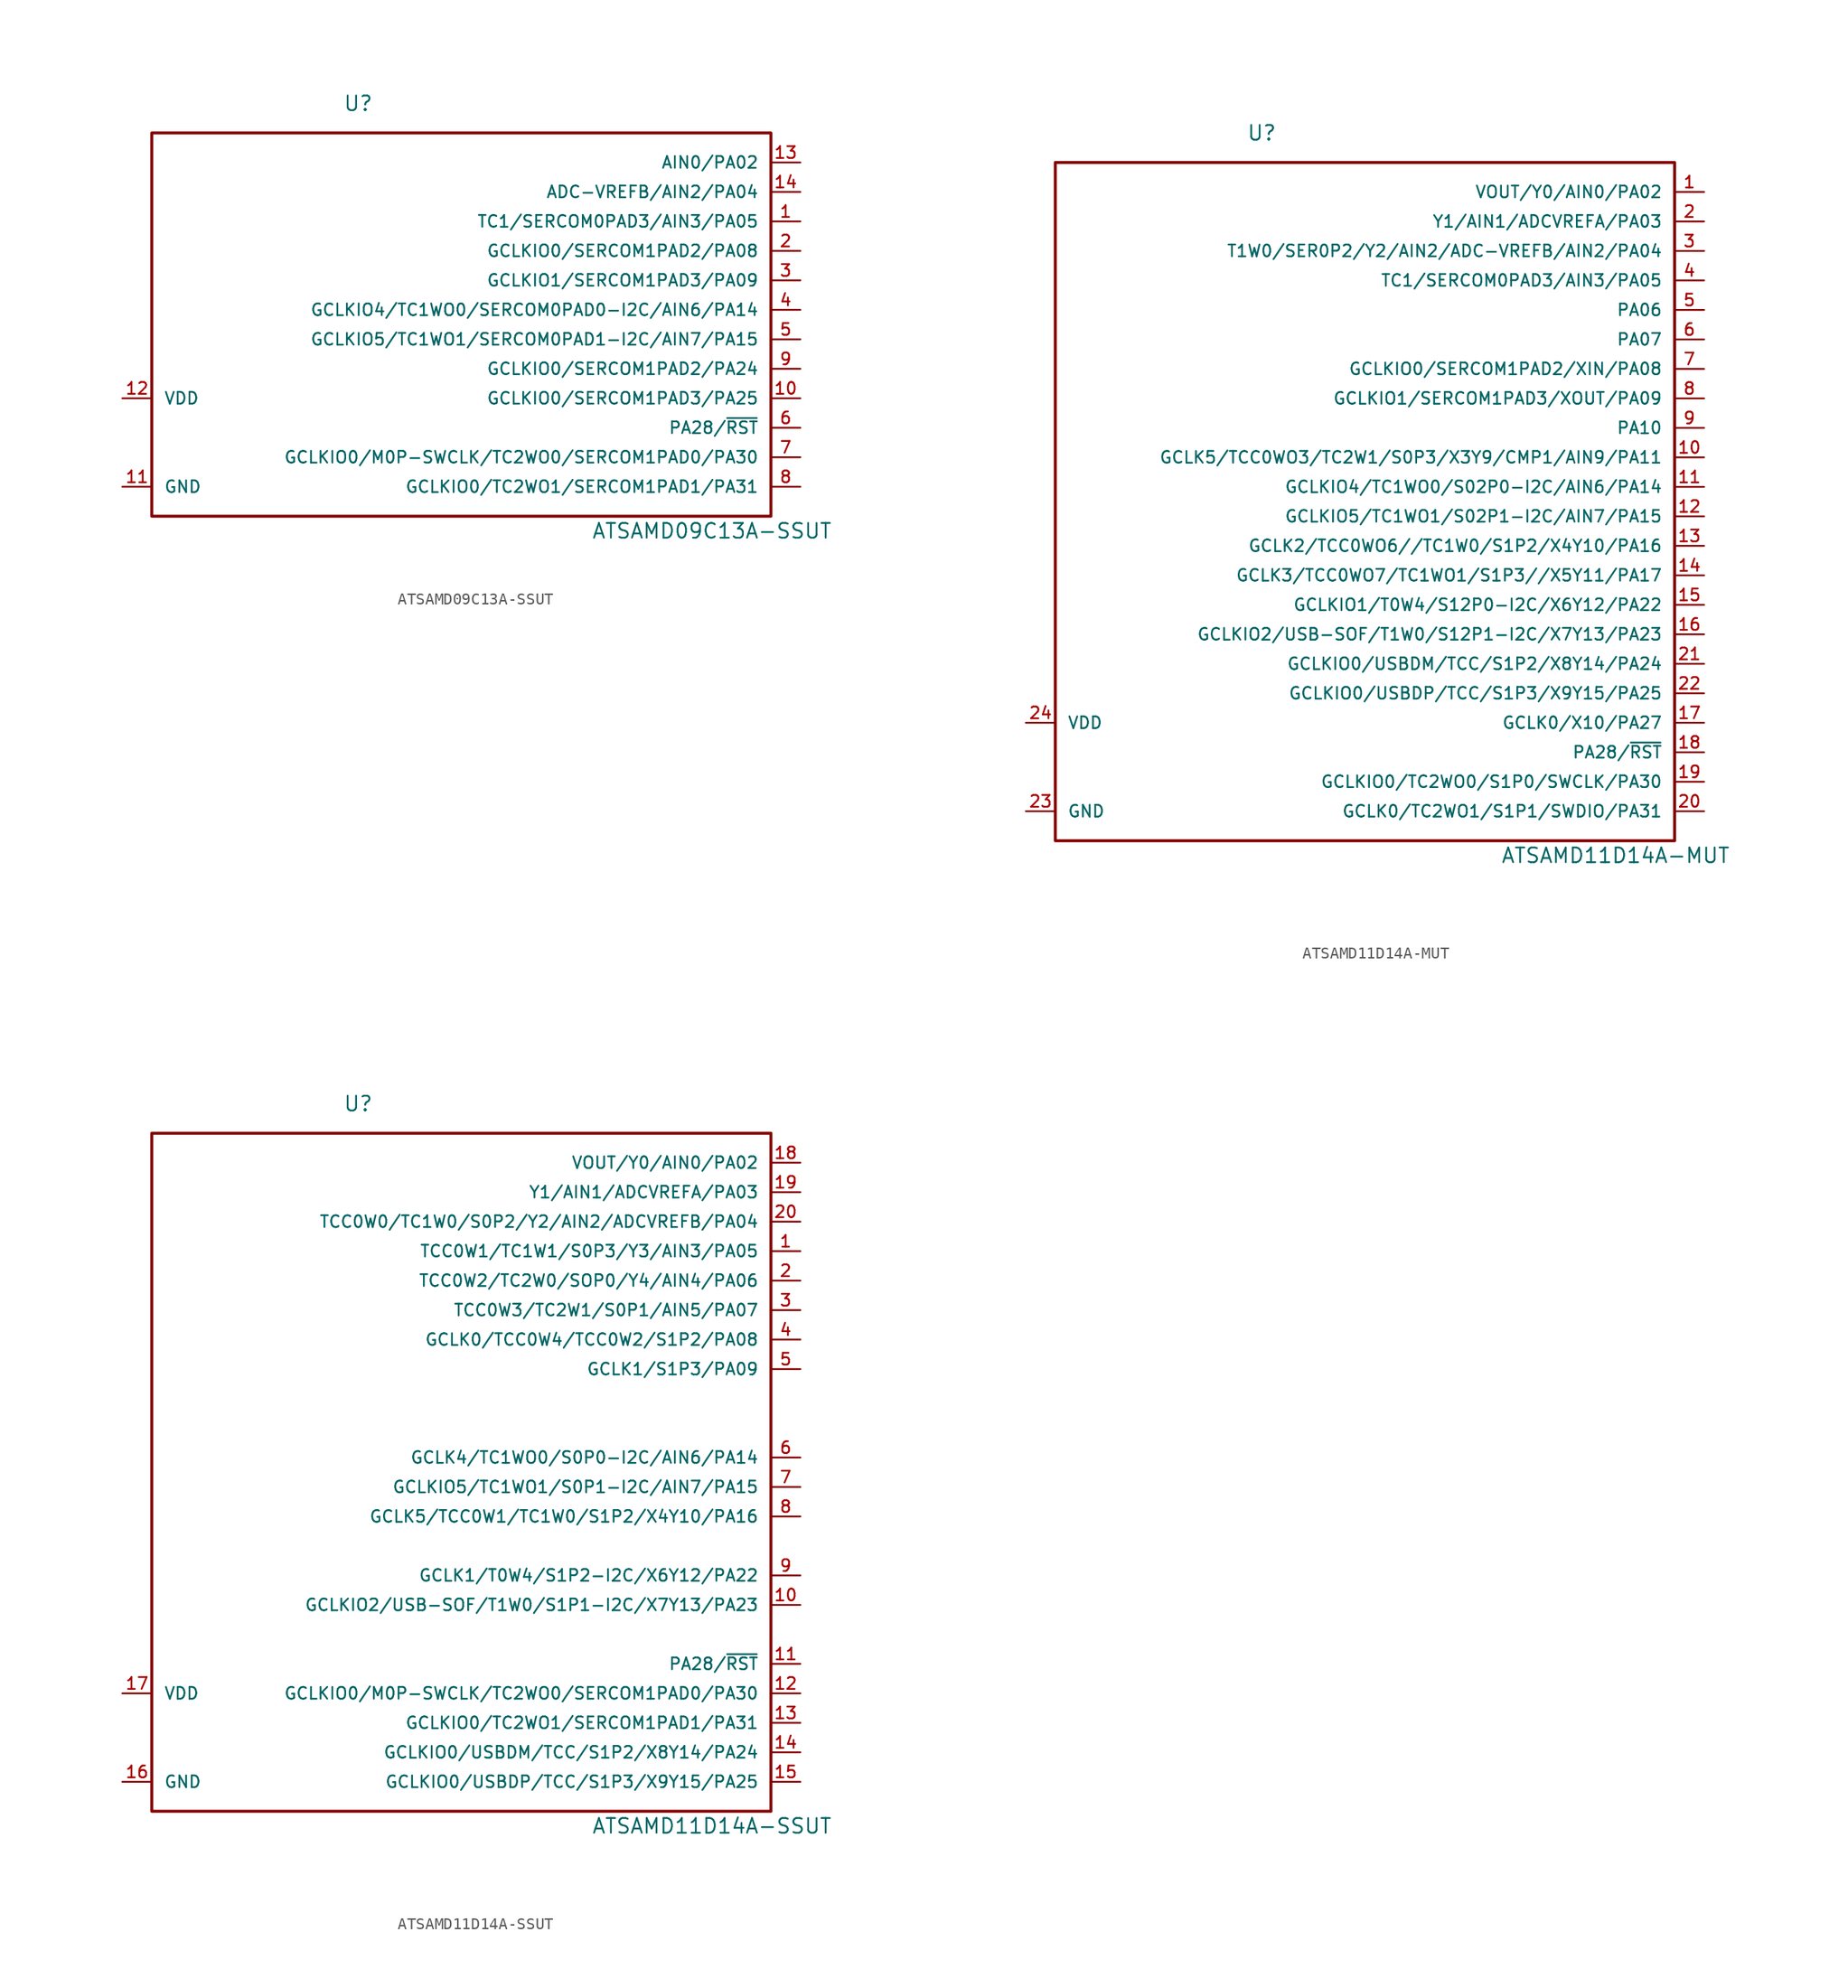
<source format=kicad_sym>
(kicad_symbol_lib
  (version 20220914)
  (generator kicad_symbol_editor)
  (symbol "ATSAMD09C13A-SSUT"
    (pin_names
      (offset 1.016))
    (property "Reference" "U"
      (at 17.78 35.56 0)
      (effects (font (size 1.27 1.27))))
    (property "Value" "ATSAMD09C13A-SSUT"
      (at 48.26 -1.27 0)
      (effects (font (size 1.27 1.27))))
    (symbol "ATSAMD09C13A-SSUT_0_1"
      (rectangle (start 0 33.02) (end 53.34 0) (stroke (width 0.254) (type solid)) (fill (type none))))
    (symbol "ATSAMD09C13A-SSUT_1_1"
      (pin bidirectional line (at 55.88 25.4 180) (length 2.54) (name "TC1/SERCOM0PAD3/AIN3/PA05" (effects (font (size 1.016 1.016)))) (number "1" (effects (font (size 1.016 1.016)))))
      (pin bidirectional line (at 55.88 10.16 180) (length 2.54) (name "GCLKIO0/SERCOM1PAD3/PA25" (effects (font (size 1.016 1.016)))) (number "10" (effects (font (size 1.016 1.016)))))
      (pin power_in line (at -2.54 2.54 0) (length 2.54) (name "GND" (effects (font (size 1.016 1.016)))) (number "11" (effects (font (size 1.016 1.016)))))
      (pin power_in line (at -2.54 10.16 0) (length 2.54) (name "VDD" (effects (font (size 1.016 1.016)))) (number "12" (effects (font (size 1.016 1.016)))))
      (pin bidirectional line (at 55.88 30.48 180) (length 2.54) (name "AIN0/PA02" (effects (font (size 1.016 1.016)))) (number "13" (effects (font (size 1.016 1.016)))))
      (pin bidirectional line (at 55.88 27.94 180) (length 2.54) (name "ADC-VREFB/AIN2/PA04" (effects (font (size 1.016 1.016)))) (number "14" (effects (font (size 1.016 1.016)))))
      (pin bidirectional line (at 55.88 22.86 180) (length 2.54) (name "GCLKIO0/SERCOM1PAD2/PA08" (effects (font (size 1.016 1.016)))) (number "2" (effects (font (size 1.016 1.016)))))
      (pin bidirectional line (at 55.88 20.32 180) (length 2.54) (name "GCLKIO1/SERCOM1PAD3/PA09" (effects (font (size 1.016 1.016)))) (number "3" (effects (font (size 1.016 1.016)))))
      (pin bidirectional line (at 55.88 17.78 180) (length 2.54) (name "GCLKIO4/TC1WO0/SERCOM0PAD0-I2C/AIN6/PA14" (effects (font (size 1.016 1.016)))) (number "4" (effects (font (size 1.016 1.016)))))
      (pin bidirectional line (at 55.88 15.24 180) (length 2.54) (name "GCLKIO5/TC1WO1/SERCOM0PAD1-I2C/AIN7/PA15" (effects (font (size 1.016 1.016)))) (number "5" (effects (font (size 1.016 1.016)))))
      (pin bidirectional line (at 55.88 7.62 180) (length 2.54) (name "PA28/~{RST}" (effects (font (size 1.016 1.016)))) (number "6" (effects (font (size 1.016 1.016)))))
      (pin bidirectional line (at 55.88 5.08 180) (length 2.54) (name "GCLKIO0/M0P-SWCLK/TC2WO0/SERCOM1PAD0/PA30" (effects (font (size 1.016 1.016)))) (number "7" (effects (font (size 1.016 1.016)))))
      (pin bidirectional line (at 55.88 2.54 180) (length 2.54) (name "GCLKIO0/TC2WO1/SERCOM1PAD1/PA31" (effects (font (size 1.016 1.016)))) (number "8" (effects (font (size 1.016 1.016)))))
      (pin bidirectional line (at 55.88 12.7 180) (length 2.54) (name "GCLKIO0/SERCOM1PAD2/PA24" (effects (font (size 1.016 1.016)))) (number "9" (effects (font (size 1.016 1.016)))))))
  (symbol "ATSAMD11D14A-MUT"
    (pin_names
      (offset 1.016))
    (property "Reference" "U"
      (at 17.78 60.96 0)
      (effects (font (size 1.27 1.27))))
    (property "Value" "ATSAMD11D14A-MUT"
      (at 48.26 -1.27 0)
      (effects (font (size 1.27 1.27))))
    (symbol "ATSAMD11D14A-MUT_0_1"
      (rectangle (start 0 58.42) (end 53.34 0) (stroke (width 0.254) (type solid)) (fill (type none))))
    (symbol "ATSAMD11D14A-MUT_1_1"
      (pin bidirectional line (at 55.88 55.88 180) (length 2.54) (name "VOUT/Y0/AIN0/PA02" (effects (font (size 1.016 1.016)))) (number "1" (effects (font (size 1.016 1.016)))))
      (pin bidirectional line (at 55.88 33.02 180) (length 2.54) (name "GCLK5/TCC0WO3/TC2W1/S0P3/X3Y9/CMP1/AIN9/PA11" (effects (font (size 1.016 1.016)))) (number "10" (effects (font (size 1.016 1.016)))))
      (pin bidirectional line (at 55.88 30.48 180) (length 2.54) (name "GCLKIO4/TC1WO0/S02P0-I2C/AIN6/PA14" (effects (font (size 1.016 1.016)))) (number "11" (effects (font (size 1.016 1.016)))))
      (pin bidirectional line (at 55.88 27.94 180) (length 2.54) (name "GCLKIO5/TC1WO1/S02P1-I2C/AIN7/PA15" (effects (font (size 1.016 1.016)))) (number "12" (effects (font (size 1.016 1.016)))))
      (pin bidirectional line (at 55.88 25.4 180) (length 2.54) (name "GCLK2/TCC0WO6//TC1W0/S1P2/X4Y10/PA16" (effects (font (size 1.016 1.016)))) (number "13" (effects (font (size 1.016 1.016)))))
      (pin bidirectional line (at 55.88 22.86 180) (length 2.54) (name "GCLK3/TCC0WO7/TC1WO1/S1P3//X5Y11/PA17" (effects (font (size 1.016 1.016)))) (number "14" (effects (font (size 1.016 1.016)))))
      (pin bidirectional line (at 55.88 20.32 180) (length 2.54) (name "GCLKIO1/T0W4/S12P0-I2C/X6Y12/PA22" (effects (font (size 1.016 1.016)))) (number "15" (effects (font (size 1.016 1.016)))))
      (pin bidirectional line (at 55.88 17.78 180) (length 2.54) (name "GCLKIO2/USB-SOF/T1W0/S12P1-I2C/X7Y13/PA23" (effects (font (size 1.016 1.016)))) (number "16" (effects (font (size 1.016 1.016)))))
      (pin bidirectional line (at 55.88 10.16 180) (length 2.54) (name "GCLK0/X10/PA27" (effects (font (size 1.016 1.016)))) (number "17" (effects (font (size 1.016 1.016)))))
      (pin bidirectional line (at 55.88 7.62 180) (length 2.54) (name "PA28/~{RST}" (effects (font (size 1.016 1.016)))) (number "18" (effects (font (size 1.016 1.016)))))
      (pin bidirectional line (at 55.88 5.08 180) (length 2.54) (name "GCLKIO0/TC2WO0/S1P0/SWCLK/PA30" (effects (font (size 1.016 1.016)))) (number "19" (effects (font (size 1.016 1.016)))))
      (pin bidirectional line (at 55.88 53.34 180) (length 2.54) (name "Y1/AIN1/ADCVREFA/PA03" (effects (font (size 1.016 1.016)))) (number "2" (effects (font (size 1.016 1.016)))))
      (pin bidirectional line (at 55.88 2.54 180) (length 2.54) (name "GCLK0/TC2WO1/S1P1/SWDIO/PA31" (effects (font (size 1.016 1.016)))) (number "20" (effects (font (size 1.016 1.016)))))
      (pin bidirectional line (at 55.88 15.24 180) (length 2.54) (name "GCLKIO0/USBDM/TCC/S1P2/X8Y14/PA24" (effects (font (size 1.016 1.016)))) (number "21" (effects (font (size 1.016 1.016)))))
      (pin bidirectional line (at 55.88 12.7 180) (length 2.54) (name "GCLKIO0/USBDP/TCC/S1P3/X9Y15/PA25" (effects (font (size 1.016 1.016)))) (number "22" (effects (font (size 1.016 1.016)))))
      (pin power_in line (at -2.54 2.54 0) (length 2.54) (name "GND" (effects (font (size 1.016 1.016)))) (number "23" (effects (font (size 1.016 1.016)))))
      (pin power_in line (at -2.54 10.16 0) (length 2.54) (name "VDD" (effects (font (size 1.016 1.016)))) (number "24" (effects (font (size 1.016 1.016)))))
      (pin bidirectional line (at 55.88 50.8 180) (length 2.54) (name "T1W0/SER0P2/Y2/AIN2/ADC-VREFB/AIN2/PA04" (effects (font (size 1.016 1.016)))) (number "3" (effects (font (size 1.016 1.016)))))
      (pin bidirectional line (at 55.88 48.26 180) (length 2.54) (name "TC1/SERCOM0PAD3/AIN3/PA05" (effects (font (size 1.016 1.016)))) (number "4" (effects (font (size 1.016 1.016)))))
      (pin bidirectional line (at 55.88 45.72 180) (length 2.54) (name "PA06" (effects (font (size 1.016 1.016)))) (number "5" (effects (font (size 1.016 1.016)))))
      (pin bidirectional line (at 55.88 43.18 180) (length 2.54) (name "PA07" (effects (font (size 1.016 1.016)))) (number "6" (effects (font (size 1.016 1.016)))))
      (pin bidirectional line (at 55.88 40.64 180) (length 2.54) (name "GCLKIO0/SERCOM1PAD2/XIN/PA08" (effects (font (size 1.016 1.016)))) (number "7" (effects (font (size 1.016 1.016)))))
      (pin bidirectional line (at 55.88 38.1 180) (length 2.54) (name "GCLKIO1/SERCOM1PAD3/XOUT/PA09" (effects (font (size 1.016 1.016)))) (number "8" (effects (font (size 1.016 1.016)))))
      (pin bidirectional line (at 55.88 35.56 180) (length 2.54) (name "PA10" (effects (font (size 1.016 1.016)))) (number "9" (effects (font (size 1.016 1.016)))))))
  (symbol "ATSAMD11D14A-SSUT"
    (pin_names
      (offset 1.016))
    (property "Reference" "U"
      (at 17.78 60.96 0)
      (effects (font (size 1.27 1.27))))
    (property "Value" "ATSAMD11D14A-SSUT"
      (at 48.26 -1.27 0)
      (effects (font (size 1.27 1.27))))
    (symbol "ATSAMD11D14A-SSUT_0_1"
      (rectangle (start 0 58.42) (end 53.34 0) (stroke (width 0.254) (type solid)) (fill (type none))))
    (symbol "ATSAMD11D14A-SSUT_1_1"
      (pin bidirectional line (at 55.88 48.26 180) (length 2.54) (name "TCC0W1/TC1W1/S0P3/Y3/AIN3/PA05" (effects (font (size 1.016 1.016)))) (number "1" (effects (font (size 1.016 1.016)))))
      (pin bidirectional line (at 55.88 17.78 180) (length 2.54) (name "GCLKIO2/USB-SOF/T1W0/S1P1-I2C/X7Y13/PA23" (effects (font (size 1.016 1.016)))) (number "10" (effects (font (size 1.016 1.016)))))
      (pin bidirectional line (at 55.88 12.7 180) (length 2.54) (name "PA28/~{RST}" (effects (font (size 1.016 1.016)))) (number "11" (effects (font (size 1.016 1.016)))))
      (pin bidirectional line (at 55.88 10.16 180) (length 2.54) (name "GCLKIO0/M0P-SWCLK/TC2WO0/SERCOM1PAD0/PA30" (effects (font (size 1.016 1.016)))) (number "12" (effects (font (size 1.016 1.016)))))
      (pin bidirectional line (at 55.88 7.62 180) (length 2.54) (name "GCLKIO0/TC2WO1/SERCOM1PAD1/PA31" (effects (font (size 1.016 1.016)))) (number "13" (effects (font (size 1.016 1.016)))))
      (pin bidirectional line (at 55.88 5.08 180) (length 2.54) (name "GCLKIO0/USBDM/TCC/S1P2/X8Y14/PA24" (effects (font (size 1.016 1.016)))) (number "14" (effects (font (size 1.016 1.016)))))
      (pin bidirectional line (at 55.88 2.54 180) (length 2.54) (name "GCLKIO0/USBDP/TCC/S1P3/X9Y15/PA25" (effects (font (size 1.016 1.016)))) (number "15" (effects (font (size 1.016 1.016)))))
      (pin power_in line (at -2.54 2.54 0) (length 2.54) (name "GND" (effects (font (size 1.016 1.016)))) (number "16" (effects (font (size 1.016 1.016)))))
      (pin power_in line (at -2.54 10.16 0) (length 2.54) (name "VDD" (effects (font (size 1.016 1.016)))) (number "17" (effects (font (size 1.016 1.016)))))
      (pin bidirectional line (at 55.88 55.88 180) (length 2.54) (name "VOUT/Y0/AIN0/PA02" (effects (font (size 1.016 1.016)))) (number "18" (effects (font (size 1.016 1.016)))))
      (pin bidirectional line (at 55.88 53.34 180) (length 2.54) (name "Y1/AIN1/ADCVREFA/PA03" (effects (font (size 1.016 1.016)))) (number "19" (effects (font (size 1.016 1.016)))))
      (pin bidirectional line (at 55.88 45.72 180) (length 2.54) (name "TCC0W2/TC2W0/SOP0/Y4/AIN4/PA06" (effects (font (size 1.016 1.016)))) (number "2" (effects (font (size 1.016 1.016)))))
      (pin bidirectional line (at 55.88 50.8 180) (length 2.54) (name "TCC0W0/TC1W0/S0P2/Y2/AIN2/ADCVREFB/PA04" (effects (font (size 1.016 1.016)))) (number "20" (effects (font (size 1.016 1.016)))))
      (pin bidirectional line (at 55.88 43.18 180) (length 2.54) (name "TCC0W3/TC2W1/S0P1/AIN5/PA07" (effects (font (size 1.016 1.016)))) (number "3" (effects (font (size 1.016 1.016)))))
      (pin bidirectional line (at 55.88 40.64 180) (length 2.54) (name "GCLK0/TCC0W4/TCC0W2/S1P2/PA08" (effects (font (size 1.016 1.016)))) (number "4" (effects (font (size 1.016 1.016)))))
      (pin bidirectional line (at 55.88 38.1 180) (length 2.54) (name "GCLK1/S1P3/PA09" (effects (font (size 1.016 1.016)))) (number "5" (effects (font (size 1.016 1.016)))))
      (pin bidirectional line (at 55.88 30.48 180) (length 2.54) (name "GCLK4/TC1WO0/S0P0-I2C/AIN6/PA14" (effects (font (size 1.016 1.016)))) (number "6" (effects (font (size 1.016 1.016)))))
      (pin bidirectional line (at 55.88 27.94 180) (length 2.54) (name "GCLKIO5/TC1WO1/S0P1-I2C/AIN7/PA15" (effects (font (size 1.016 1.016)))) (number "7" (effects (font (size 1.016 1.016)))))
      (pin bidirectional line (at 55.88 25.4 180) (length 2.54) (name "GCLK5/TCC0W1/TC1W0/S1P2/X4Y10/PA16" (effects (font (size 1.016 1.016)))) (number "8" (effects (font (size 1.016 1.016)))))
      (pin bidirectional line (at 55.88 20.32 180) (length 2.54) (name "GCLK1/T0W4/S1P2-I2C/X6Y12/PA22" (effects (font (size 1.016 1.016)))) (number "9" (effects (font (size 1.016 1.016))))))))
</source>
